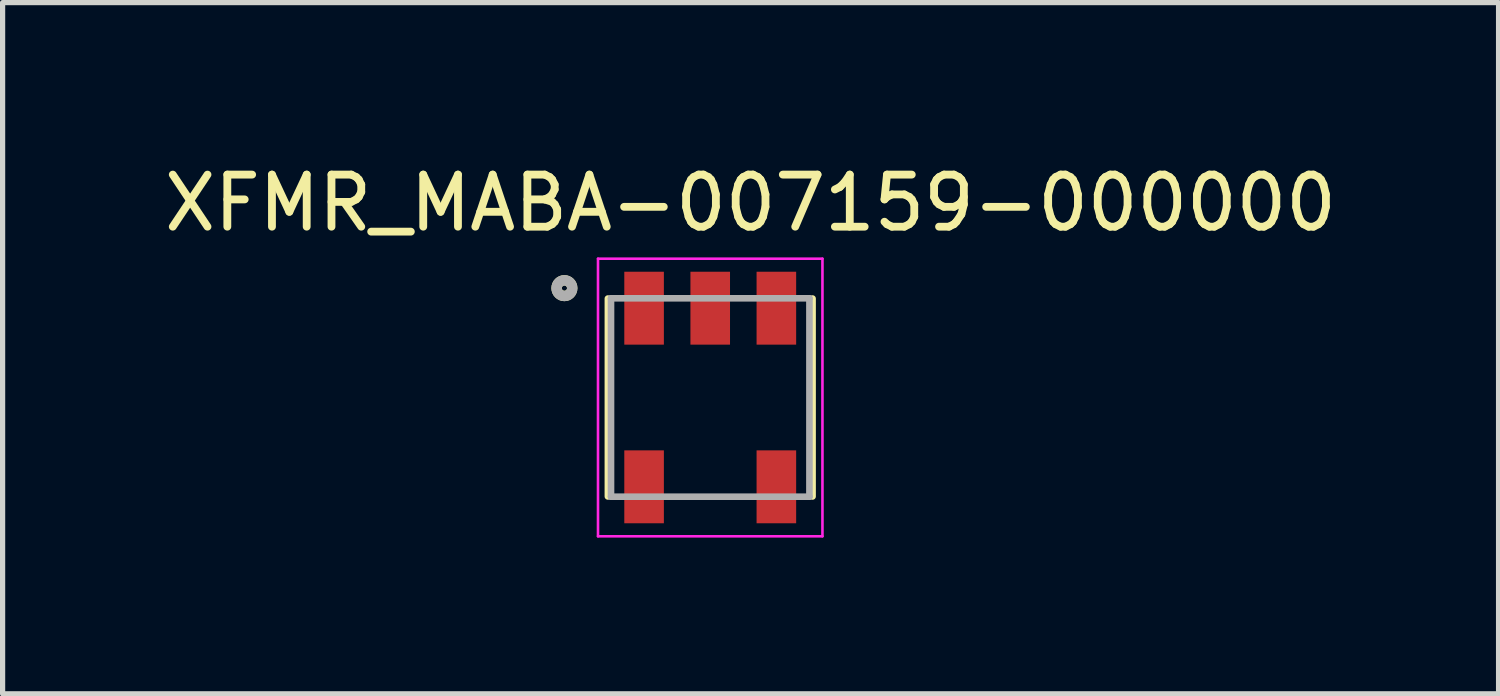
<source format=kicad_pcb>
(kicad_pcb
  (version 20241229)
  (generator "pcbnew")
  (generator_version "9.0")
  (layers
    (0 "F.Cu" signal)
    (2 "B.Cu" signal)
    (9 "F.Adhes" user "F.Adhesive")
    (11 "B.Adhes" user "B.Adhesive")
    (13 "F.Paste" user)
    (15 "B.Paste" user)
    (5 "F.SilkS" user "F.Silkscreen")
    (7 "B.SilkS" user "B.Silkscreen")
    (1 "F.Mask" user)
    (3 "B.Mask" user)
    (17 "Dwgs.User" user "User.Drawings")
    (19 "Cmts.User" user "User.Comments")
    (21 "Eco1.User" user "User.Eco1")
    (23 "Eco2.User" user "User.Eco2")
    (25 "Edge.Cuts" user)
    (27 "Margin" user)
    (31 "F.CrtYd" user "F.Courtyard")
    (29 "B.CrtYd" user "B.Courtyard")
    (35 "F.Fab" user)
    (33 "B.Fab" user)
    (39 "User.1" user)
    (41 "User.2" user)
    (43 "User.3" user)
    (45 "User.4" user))
  (footprint "XFMR_MABA-007159-000000"
    (layer "F.Cu")
    (at 10.588 4.583)
    (property "Reference" "XFMR_MABA-007159-000000" (at 0.775 -3.735 0) (layer "F.SilkS") (effects (font (size 1 1) (thickness 0.15))))
    (attr smd)
    (fp_line (start -1.965 -1.9) (end -1.965 1.9) (stroke (width 0.127) (type solid)) (layer "F.SilkS"))
    (fp_line (start 1.965 -1.9) (end 1.965 1.9) (stroke (width 0.127) (type solid)) (layer "F.SilkS"))
    (fp_circle (center -2.8 -2.1) (end -2.65 -2.1) (stroke (width 0.2) (type solid)) (fill no) (layer "F.SilkS"))
    (fp_line (start -2.155 -2.665) (end 2.155 -2.665) (stroke (width 0.05) (type solid)) (layer "F.CrtYd"))
    (fp_line (start -2.155 2.665) (end -2.155 -2.665) (stroke (width 0.05) (type solid)) (layer "F.CrtYd"))
    (fp_line (start 2.155 -2.665) (end 2.155 2.665) (stroke (width 0.05) (type solid)) (layer "F.CrtYd"))
    (fp_line (start 2.155 2.665) (end -2.155 2.665) (stroke (width 0.05) (type solid)) (layer "F.CrtYd"))
    (fp_line (start -1.905 -1.905) (end 1.905 -1.905) (stroke (width 0.127) (type solid)) (layer "F.Fab"))
    (fp_line (start -1.905 1.905) (end -1.905 -1.905) (stroke (width 0.127) (type solid)) (layer "F.Fab"))
    (fp_line (start 1.905 -1.905) (end 1.905 1.905) (stroke (width 0.127) (type solid)) (layer "F.Fab"))
    (fp_line (start 1.905 1.905) (end -1.905 1.905) (stroke (width 0.127) (type solid)) (layer "F.Fab"))
    (fp_circle (center -2.8 -2.1) (end -2.65 -2.1) (stroke (width 0.2) (type solid)) (fill no) (layer "F.Fab"))
    (pad "1" smd rect (at -1.27 -1.715) (size 0.76 1.4) (layers "F.Cu" "F.Mask" "F.Paste"))
    (pad "2" smd rect (at 0 -1.715) (size 0.76 1.4) (layers "F.Cu" "F.Mask" "F.Paste"))
    (pad "3" smd rect (at 1.27 -1.715) (size 0.76 1.4) (layers "F.Cu" "F.Mask" "F.Paste"))
    (pad "4" smd rect (at 1.27 1.715) (size 0.76 1.4) (layers "F.Cu" "F.Mask" "F.Paste"))
    (pad "5" smd rect (at -1.27 1.715) (size 0.76 1.4) (layers "F.Cu" "F.Mask" "F.Paste")))
  (gr_rect
    (start -3 -3)
    (end 25.726 10.273)
    (stroke (width 0.1) (type default))
    (fill no)
    (layer "Edge.Cuts")))
</source>
